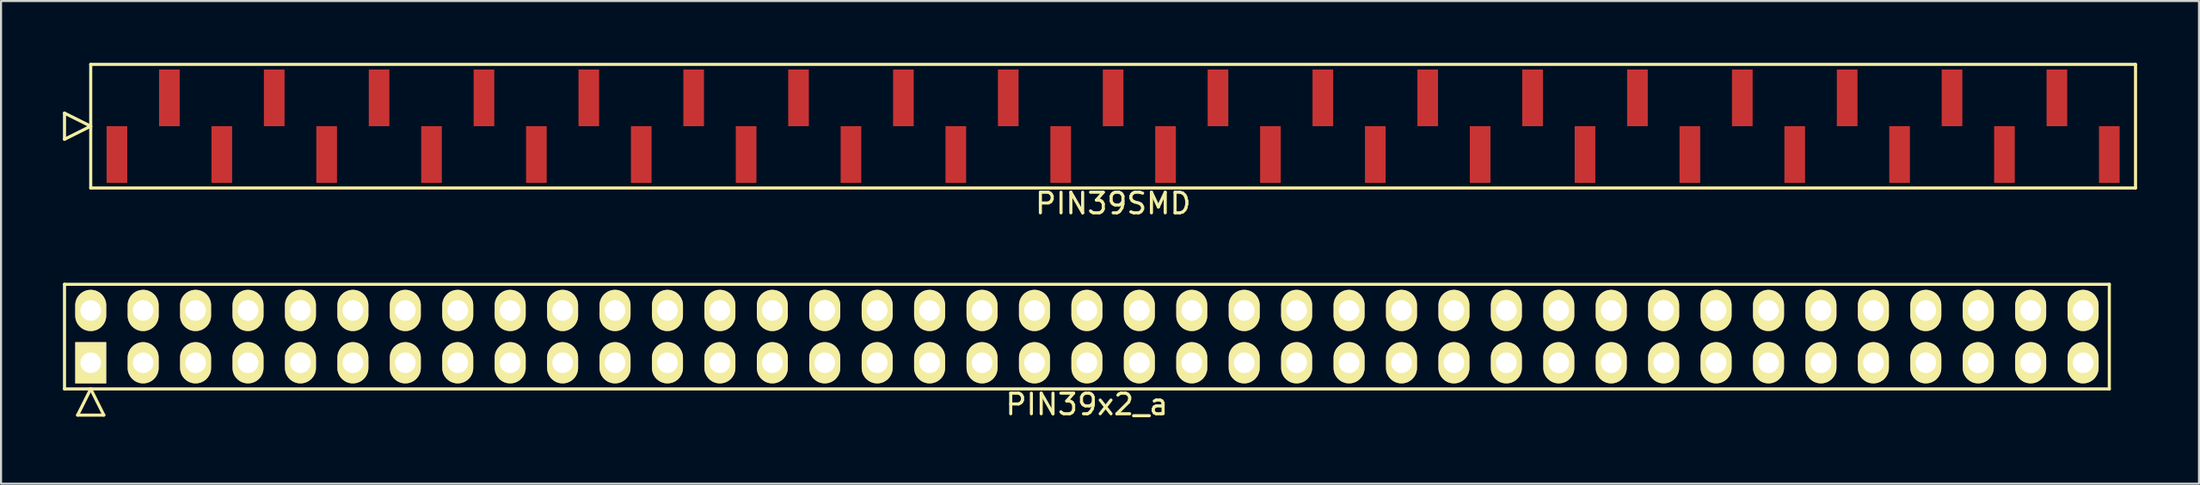
<source format=kicad_pcb>
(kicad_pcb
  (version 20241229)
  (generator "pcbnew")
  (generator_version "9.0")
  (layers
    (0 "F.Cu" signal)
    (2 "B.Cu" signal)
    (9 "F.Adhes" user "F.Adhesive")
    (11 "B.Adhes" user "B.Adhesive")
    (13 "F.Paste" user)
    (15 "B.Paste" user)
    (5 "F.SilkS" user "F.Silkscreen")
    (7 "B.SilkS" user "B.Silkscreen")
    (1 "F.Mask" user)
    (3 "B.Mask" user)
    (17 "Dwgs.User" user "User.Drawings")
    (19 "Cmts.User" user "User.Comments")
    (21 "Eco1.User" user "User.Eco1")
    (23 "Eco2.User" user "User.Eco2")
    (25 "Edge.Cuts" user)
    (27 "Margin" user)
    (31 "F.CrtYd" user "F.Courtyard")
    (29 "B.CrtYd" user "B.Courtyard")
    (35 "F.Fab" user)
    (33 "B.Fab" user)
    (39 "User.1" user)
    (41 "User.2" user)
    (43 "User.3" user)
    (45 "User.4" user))
  (footprint "PIN39x2_a"
    (layer "F.Cu")
    (at 49.605 13.288)
    (property "Reference" "PIN39x2_a" (at 0 3.29 0) (layer "F.SilkS") (effects (font (size 1 1) (thickness 0.15))))
    (attr through_hole)
    (fp_line (start -49.53 -2.54) (end -49.53 2.54) (stroke (width 0.15) (type solid)) (layer "F.SilkS"))
    (fp_line (start -49.53 2.54) (end 49.53 2.54) (stroke (width 0.15) (type solid)) (layer "F.SilkS"))
    (fp_line (start -48.895 3.81) (end -48.26 2.54) (stroke (width 0.15) (type solid)) (layer "F.SilkS"))
    (fp_line (start -48.895 3.81) (end -47.625 3.81) (stroke (width 0.15) (type solid)) (layer "F.SilkS"))
    (fp_line (start -47.625 3.81) (end -48.26 2.54) (stroke (width 0.15) (type solid)) (layer "F.SilkS"))
    (fp_line (start 49.53 -2.54) (end -49.53 -2.54) (stroke (width 0.15) (type solid)) (layer "F.SilkS"))
    (fp_line (start 49.53 2.54) (end 49.53 -2.54) (stroke (width 0.15) (type solid)) (layer "F.SilkS"))
    (pad "1" thru_hole rect (at -48.26 1.27) (size 1.5 2) (drill 1) (layers "*.Cu" "*.Mask" "F.SilkS"))
    (pad "2" thru_hole oval (at -48.26 -1.27) (size 1.5 2) (drill 1) (layers "*.Cu" "*.Mask" "F.SilkS"))
    (pad "3" thru_hole oval (at -45.72 1.27) (size 1.5 2) (drill 1) (layers "*.Cu" "*.Mask" "F.SilkS"))
    (pad "4" thru_hole oval (at -45.72 -1.27) (size 1.5 2) (drill 1) (layers "*.Cu" "*.Mask" "F.SilkS"))
    (pad "5" thru_hole oval (at -43.18 1.27) (size 1.5 2) (drill 1) (layers "*.Cu" "*.Mask" "F.SilkS"))
    (pad "6" thru_hole oval (at -43.18 -1.27) (size 1.5 2) (drill 1) (layers "*.Cu" "*.Mask" "F.SilkS"))
    (pad "7" thru_hole oval (at -40.64 1.27) (size 1.5 2) (drill 1) (layers "*.Cu" "*.Mask" "F.SilkS"))
    (pad "8" thru_hole oval (at -40.64 -1.27) (size 1.5 2) (drill 1) (layers "*.Cu" "*.Mask" "F.SilkS"))
    (pad "9" thru_hole oval (at -38.1 1.27) (size 1.5 2) (drill 1) (layers "*.Cu" "*.Mask" "F.SilkS"))
    (pad "10" thru_hole oval (at -38.1 -1.27) (size 1.5 2) (drill 1) (layers "*.Cu" "*.Mask" "F.SilkS"))
    (pad "11" thru_hole oval (at -35.56 1.27) (size 1.5 2) (drill 1) (layers "*.Cu" "*.Mask" "F.SilkS"))
    (pad "12" thru_hole oval (at -35.56 -1.27) (size 1.5 2) (drill 1) (layers "*.Cu" "*.Mask" "F.SilkS"))
    (pad "13" thru_hole oval (at -33.02 1.27) (size 1.5 2) (drill 1) (layers "*.Cu" "*.Mask" "F.SilkS"))
    (pad "14" thru_hole oval (at -33.02 -1.27) (size 1.5 2) (drill 1) (layers "*.Cu" "*.Mask" "F.SilkS"))
    (pad "15" thru_hole oval (at -30.48 1.27) (size 1.5 2) (drill 1) (layers "*.Cu" "*.Mask" "F.SilkS"))
    (pad "16" thru_hole oval (at -30.48 -1.27) (size 1.5 2) (drill 1) (layers "*.Cu" "*.Mask" "F.SilkS"))
    (pad "17" thru_hole oval (at -27.94 1.27) (size 1.5 2) (drill 1) (layers "*.Cu" "*.Mask" "F.SilkS"))
    (pad "18" thru_hole oval (at -27.94 -1.27) (size 1.5 2) (drill 1) (layers "*.Cu" "*.Mask" "F.SilkS"))
    (pad "19" thru_hole oval (at -25.4 1.27) (size 1.5 2) (drill 1) (layers "*.Cu" "*.Mask" "F.SilkS"))
    (pad "20" thru_hole oval (at -25.4 -1.27) (size 1.5 2) (drill 1) (layers "*.Cu" "*.Mask" "F.SilkS"))
    (pad "21" thru_hole oval (at -22.86 1.27) (size 1.5 2) (drill 1) (layers "*.Cu" "*.Mask" "F.SilkS"))
    (pad "22" thru_hole oval (at -22.86 -1.27) (size 1.5 2) (drill 1) (layers "*.Cu" "*.Mask" "F.SilkS"))
    (pad "23" thru_hole oval (at -20.32 1.27) (size 1.5 2) (drill 1) (layers "*.Cu" "*.Mask" "F.SilkS"))
    (pad "24" thru_hole oval (at -20.32 -1.27) (size 1.5 2) (drill 1) (layers "*.Cu" "*.Mask" "F.SilkS"))
    (pad "25" thru_hole oval (at -17.78 1.27) (size 1.5 2) (drill 1) (layers "*.Cu" "*.Mask" "F.SilkS"))
    (pad "26" thru_hole oval (at -17.78 -1.27) (size 1.5 2) (drill 1) (layers "*.Cu" "*.Mask" "F.SilkS"))
    (pad "27" thru_hole oval (at -15.24 1.27) (size 1.5 2) (drill 1) (layers "*.Cu" "*.Mask" "F.SilkS"))
    (pad "28" thru_hole oval (at -15.24 -1.27) (size 1.5 2) (drill 1) (layers "*.Cu" "*.Mask" "F.SilkS"))
    (pad "29" thru_hole oval (at -12.7 1.27) (size 1.5 2) (drill 1) (layers "*.Cu" "*.Mask" "F.SilkS"))
    (pad "30" thru_hole oval (at -12.7 -1.27) (size 1.5 2) (drill 1) (layers "*.Cu" "*.Mask" "F.SilkS"))
    (pad "31" thru_hole oval (at -10.16 1.27) (size 1.5 2) (drill 1) (layers "*.Cu" "*.Mask" "F.SilkS"))
    (pad "32" thru_hole oval (at -10.16 -1.27) (size 1.5 2) (drill 1) (layers "*.Cu" "*.Mask" "F.SilkS"))
    (pad "33" thru_hole oval (at -7.62 1.27) (size 1.5 2) (drill 1) (layers "*.Cu" "*.Mask" "F.SilkS"))
    (pad "34" thru_hole oval (at -7.62 -1.27) (size 1.5 2) (drill 1) (layers "*.Cu" "*.Mask" "F.SilkS"))
    (pad "35" thru_hole oval (at -5.08 1.27) (size 1.5 2) (drill 1) (layers "*.Cu" "*.Mask" "F.SilkS"))
    (pad "36" thru_hole oval (at -5.08 -1.27) (size 1.5 2) (drill 1) (layers "*.Cu" "*.Mask" "F.SilkS"))
    (pad "37" thru_hole oval (at -2.54 1.27) (size 1.5 2) (drill 1) (layers "*.Cu" "*.Mask" "F.SilkS"))
    (pad "38" thru_hole oval (at -2.54 -1.27) (size 1.5 2) (drill 1) (layers "*.Cu" "*.Mask" "F.SilkS"))
    (pad "39" thru_hole oval (at 0 1.27) (size 1.5 2) (drill 1) (layers "*.Cu" "*.Mask" "F.SilkS"))
    (pad "40" thru_hole oval (at 0 -1.27) (size 1.5 2) (drill 1) (layers "*.Cu" "*.Mask" "F.SilkS"))
    (pad "41" thru_hole oval (at 2.54 1.27) (size 1.5 2) (drill 1) (layers "*.Cu" "*.Mask" "F.SilkS"))
    (pad "42" thru_hole oval (at 2.54 -1.27) (size 1.5 2) (drill 1) (layers "*.Cu" "*.Mask" "F.SilkS"))
    (pad "43" thru_hole oval (at 5.08 1.27) (size 1.5 2) (drill 1) (layers "*.Cu" "*.Mask" "F.SilkS"))
    (pad "44" thru_hole oval (at 5.08 -1.27) (size 1.5 2) (drill 1) (layers "*.Cu" "*.Mask" "F.SilkS"))
    (pad "45" thru_hole oval (at 7.62 1.27) (size 1.5 2) (drill 1) (layers "*.Cu" "*.Mask" "F.SilkS"))
    (pad "46" thru_hole oval (at 7.62 -1.27) (size 1.5 2) (drill 1) (layers "*.Cu" "*.Mask" "F.SilkS"))
    (pad "47" thru_hole oval (at 10.16 1.27) (size 1.5 2) (drill 1) (layers "*.Cu" "*.Mask" "F.SilkS"))
    (pad "48" thru_hole oval (at 10.16 -1.27) (size 1.5 2) (drill 1) (layers "*.Cu" "*.Mask" "F.SilkS"))
    (pad "49" thru_hole oval (at 12.7 1.27) (size 1.5 2) (drill 1) (layers "*.Cu" "*.Mask" "F.SilkS"))
    (pad "50" thru_hole oval (at 12.7 -1.27) (size 1.5 2) (drill 1) (layers "*.Cu" "*.Mask" "F.SilkS"))
    (pad "51" thru_hole oval (at 15.24 1.27) (size 1.5 2) (drill 1) (layers "*.Cu" "*.Mask" "F.SilkS"))
    (pad "52" thru_hole oval (at 15.24 -1.27) (size 1.5 2) (drill 1) (layers "*.Cu" "*.Mask" "F.SilkS"))
    (pad "53" thru_hole oval (at 17.78 1.27) (size 1.5 2) (drill 1) (layers "*.Cu" "*.Mask" "F.SilkS"))
    (pad "54" thru_hole oval (at 17.78 -1.27) (size 1.5 2) (drill 1) (layers "*.Cu" "*.Mask" "F.SilkS"))
    (pad "55" thru_hole oval (at 20.32 1.27) (size 1.5 2) (drill 1) (layers "*.Cu" "*.Mask" "F.SilkS"))
    (pad "56" thru_hole oval (at 20.32 -1.27) (size 1.5 2) (drill 1) (layers "*.Cu" "*.Mask" "F.SilkS"))
    (pad "57" thru_hole oval (at 22.86 1.27) (size 1.5 2) (drill 1) (layers "*.Cu" "*.Mask" "F.SilkS"))
    (pad "58" thru_hole oval (at 22.86 -1.27) (size 1.5 2) (drill 1) (layers "*.Cu" "*.Mask" "F.SilkS"))
    (pad "59" thru_hole oval (at 25.4 1.27) (size 1.5 2) (drill 1) (layers "*.Cu" "*.Mask" "F.SilkS"))
    (pad "60" thru_hole oval (at 25.4 -1.27) (size 1.5 2) (drill 1) (layers "*.Cu" "*.Mask" "F.SilkS"))
    (pad "61" thru_hole oval (at 27.94 1.27) (size 1.5 2) (drill 1) (layers "*.Cu" "*.Mask" "F.SilkS"))
    (pad "62" thru_hole oval (at 27.94 -1.27) (size 1.5 2) (drill 1) (layers "*.Cu" "*.Mask" "F.SilkS"))
    (pad "63" thru_hole oval (at 30.48 1.27) (size 1.5 2) (drill 1) (layers "*.Cu" "*.Mask" "F.SilkS"))
    (pad "64" thru_hole oval (at 30.48 -1.27) (size 1.5 2) (drill 1) (layers "*.Cu" "*.Mask" "F.SilkS"))
    (pad "65" thru_hole oval (at 33.02 1.27) (size 1.5 2) (drill 1) (layers "*.Cu" "*.Mask" "F.SilkS"))
    (pad "66" thru_hole oval (at 33.02 -1.27) (size 1.5 2) (drill 1) (layers "*.Cu" "*.Mask" "F.SilkS"))
    (pad "67" thru_hole oval (at 35.56 1.27) (size 1.5 2) (drill 1) (layers "*.Cu" "*.Mask" "F.SilkS"))
    (pad "68" thru_hole oval (at 35.56 -1.27) (size 1.5 2) (drill 1) (layers "*.Cu" "*.Mask" "F.SilkS"))
    (pad "69" thru_hole oval (at 38.1 1.27) (size 1.5 2) (drill 1) (layers "*.Cu" "*.Mask" "F.SilkS"))
    (pad "70" thru_hole oval (at 38.1 -1.27) (size 1.5 2) (drill 1) (layers "*.Cu" "*.Mask" "F.SilkS"))
    (pad "71" thru_hole oval (at 40.64 1.27) (size 1.5 2) (drill 1) (layers "*.Cu" "*.Mask" "F.SilkS"))
    (pad "72" thru_hole oval (at 40.64 -1.27) (size 1.5 2) (drill 1) (layers "*.Cu" "*.Mask" "F.SilkS"))
    (pad "73" thru_hole oval (at 43.18 1.27) (size 1.5 2) (drill 1) (layers "*.Cu" "*.Mask" "F.SilkS"))
    (pad "74" thru_hole oval (at 43.18 -1.27) (size 1.5 2) (drill 1) (layers "*.Cu" "*.Mask" "F.SilkS"))
    (pad "75" thru_hole oval (at 45.72 1.27) (size 1.5 2) (drill 1) (layers "*.Cu" "*.Mask" "F.SilkS"))
    (pad "76" thru_hole oval (at 45.72 -1.27) (size 1.5 2) (drill 1) (layers "*.Cu" "*.Mask" "F.SilkS"))
    (pad "77" thru_hole oval (at 48.26 1.27) (size 1.5 2) (drill 1) (layers "*.Cu" "*.Mask" "F.SilkS"))
    (pad "78" thru_hole oval (at 48.26 -1.27) (size 1.5 2) (drill 1) (layers "*.Cu" "*.Mask" "F.SilkS")))
  (footprint "PIN39SMD"
    (layer "F.Cu")
    (at 50.875 3.075)
    (property "Reference" "PIN39SMD" (at 0 3.75 0) (layer "F.SilkS") (effects (font (size 1 1) (thickness 0.15))))
    (attr through_hole)
    (fp_line (start -50.8 0.635) (end -50.8 -0.635) (stroke (width 0.15) (type solid)) (layer "F.SilkS"))
    (fp_line (start -49.53 -3) (end -49.53 3) (stroke (width 0.15) (type solid)) (layer "F.SilkS"))
    (fp_line (start -49.53 0) (end -50.8 -0.635) (stroke (width 0.15) (type solid)) (layer "F.SilkS"))
    (fp_line (start -49.53 0) (end -50.8 0.635) (stroke (width 0.15) (type solid)) (layer "F.SilkS"))
    (fp_line (start -49.53 3) (end 49.53 3) (stroke (width 0.15) (type solid)) (layer "F.SilkS"))
    (fp_line (start 49.53 -3) (end -49.53 -3) (stroke (width 0.15) (type solid)) (layer "F.SilkS"))
    (fp_line (start 49.53 3) (end 49.53 -3) (stroke (width 0.15) (type solid)) (layer "F.SilkS"))
    (pad "1" smd rect (at -48.26 1.375) (size 1 2.75) (layers "F.Cu" "F.Mask" "F.Paste"))
    (pad "2" smd rect (at -45.72 -1.375) (size 1 2.75) (layers "F.Cu" "F.Mask" "F.Paste"))
    (pad "3" smd rect (at -43.18 1.375) (size 1 2.75) (layers "F.Cu" "F.Mask" "F.Paste"))
    (pad "4" smd rect (at -40.64 -1.375) (size 1 2.75) (layers "F.Cu" "F.Mask" "F.Paste"))
    (pad "5" smd rect (at -38.1 1.375) (size 1 2.75) (layers "F.Cu" "F.Mask" "F.Paste"))
    (pad "6" smd rect (at -35.56 -1.375) (size 1 2.75) (layers "F.Cu" "F.Mask" "F.Paste"))
    (pad "7" smd rect (at -33.02 1.375) (size 1 2.75) (layers "F.Cu" "F.Mask" "F.Paste"))
    (pad "8" smd rect (at -30.48 -1.375) (size 1 2.75) (layers "F.Cu" "F.Mask" "F.Paste"))
    (pad "9" smd rect (at -27.94 1.375) (size 1 2.75) (layers "F.Cu" "F.Mask" "F.Paste"))
    (pad "10" smd rect (at -25.4 -1.375) (size 1 2.75) (layers "F.Cu" "F.Mask" "F.Paste"))
    (pad "11" smd rect (at -22.86 1.375) (size 1 2.75) (layers "F.Cu" "F.Mask" "F.Paste"))
    (pad "12" smd rect (at -20.32 -1.375) (size 1 2.75) (layers "F.Cu" "F.Mask" "F.Paste"))
    (pad "13" smd rect (at -17.78 1.375) (size 1 2.75) (layers "F.Cu" "F.Mask" "F.Paste"))
    (pad "14" smd rect (at -15.24 -1.375) (size 1 2.75) (layers "F.Cu" "F.Mask" "F.Paste"))
    (pad "15" smd rect (at -12.7 1.375) (size 1 2.75) (layers "F.Cu" "F.Mask" "F.Paste"))
    (pad "16" smd rect (at -10.16 -1.375) (size 1 2.75) (layers "F.Cu" "F.Mask" "F.Paste"))
    (pad "17" smd rect (at -7.62 1.375) (size 1 2.75) (layers "F.Cu" "F.Mask" "F.Paste"))
    (pad "18" smd rect (at -5.08 -1.375) (size 1 2.75) (layers "F.Cu" "F.Mask" "F.Paste"))
    (pad "19" smd rect (at -2.54 1.375) (size 1 2.75) (layers "F.Cu" "F.Mask" "F.Paste"))
    (pad "20" smd rect (at 0 -1.375) (size 1 2.75) (layers "F.Cu" "F.Mask" "F.Paste"))
    (pad "21" smd rect (at 2.54 1.375) (size 1 2.75) (layers "F.Cu" "F.Mask" "F.Paste"))
    (pad "22" smd rect (at 5.08 -1.375) (size 1 2.75) (layers "F.Cu" "F.Mask" "F.Paste"))
    (pad "23" smd rect (at 7.62 1.375) (size 1 2.75) (layers "F.Cu" "F.Mask" "F.Paste"))
    (pad "24" smd rect (at 10.16 -1.375) (size 1 2.75) (layers "F.Cu" "F.Mask" "F.Paste"))
    (pad "25" smd rect (at 12.7 1.375) (size 1 2.75) (layers "F.Cu" "F.Mask" "F.Paste"))
    (pad "26" smd rect (at 15.24 -1.375) (size 1 2.75) (layers "F.Cu" "F.Mask" "F.Paste"))
    (pad "27" smd rect (at 17.78 1.375) (size 1 2.75) (layers "F.Cu" "F.Mask" "F.Paste"))
    (pad "28" smd rect (at 20.32 -1.375) (size 1 2.75) (layers "F.Cu" "F.Mask" "F.Paste"))
    (pad "29" smd rect (at 22.86 1.375) (size 1 2.75) (layers "F.Cu" "F.Mask" "F.Paste"))
    (pad "30" smd rect (at 25.4 -1.375) (size 1 2.75) (layers "F.Cu" "F.Mask" "F.Paste"))
    (pad "31" smd rect (at 27.94 1.375) (size 1 2.75) (layers "F.Cu" "F.Mask" "F.Paste"))
    (pad "32" smd rect (at 30.48 -1.375) (size 1 2.75) (layers "F.Cu" "F.Mask" "F.Paste"))
    (pad "33" smd rect (at 33.02 1.375) (size 1 2.75) (layers "F.Cu" "F.Mask" "F.Paste"))
    (pad "34" smd rect (at 35.56 -1.375) (size 1 2.75) (layers "F.Cu" "F.Mask" "F.Paste"))
    (pad "35" smd rect (at 38.1 1.375) (size 1 2.75) (layers "F.Cu" "F.Mask" "F.Paste"))
    (pad "36" smd rect (at 40.64 -1.375) (size 1 2.75) (layers "F.Cu" "F.Mask" "F.Paste"))
    (pad "37" smd rect (at 43.18 1.375) (size 1 2.75) (layers "F.Cu" "F.Mask" "F.Paste"))
    (pad "38" smd rect (at 45.72 -1.375) (size 1 2.75) (layers "F.Cu" "F.Mask" "F.Paste"))
    (pad "39" smd rect (at 48.26 1.375) (size 1 2.75) (layers "F.Cu" "F.Mask" "F.Paste")))
  (gr_rect
    (start -3 -3)
    (end 103.48 20.427)
    (stroke (width 0.1) (type default))
    (fill no)
    (layer "Edge.Cuts")))
</source>
